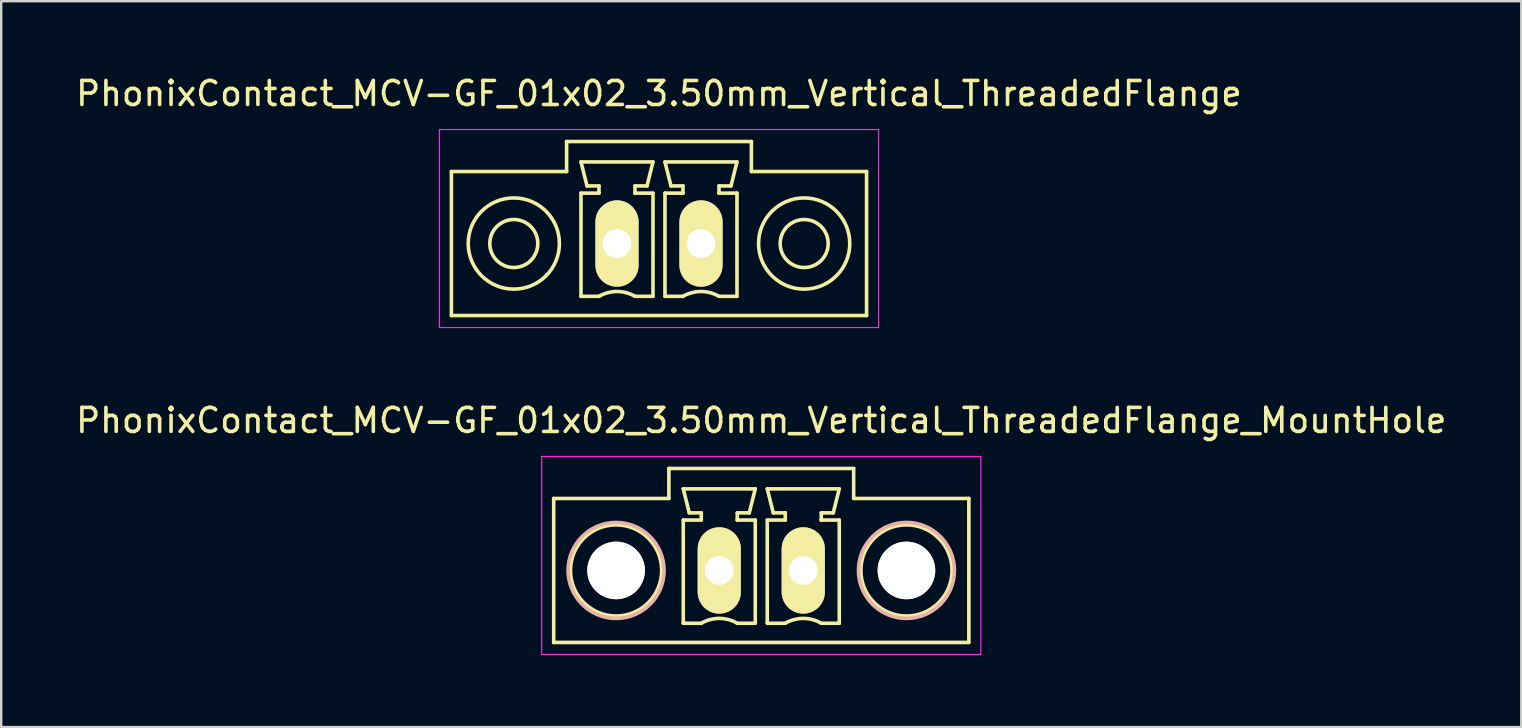
<source format=kicad_pcb>
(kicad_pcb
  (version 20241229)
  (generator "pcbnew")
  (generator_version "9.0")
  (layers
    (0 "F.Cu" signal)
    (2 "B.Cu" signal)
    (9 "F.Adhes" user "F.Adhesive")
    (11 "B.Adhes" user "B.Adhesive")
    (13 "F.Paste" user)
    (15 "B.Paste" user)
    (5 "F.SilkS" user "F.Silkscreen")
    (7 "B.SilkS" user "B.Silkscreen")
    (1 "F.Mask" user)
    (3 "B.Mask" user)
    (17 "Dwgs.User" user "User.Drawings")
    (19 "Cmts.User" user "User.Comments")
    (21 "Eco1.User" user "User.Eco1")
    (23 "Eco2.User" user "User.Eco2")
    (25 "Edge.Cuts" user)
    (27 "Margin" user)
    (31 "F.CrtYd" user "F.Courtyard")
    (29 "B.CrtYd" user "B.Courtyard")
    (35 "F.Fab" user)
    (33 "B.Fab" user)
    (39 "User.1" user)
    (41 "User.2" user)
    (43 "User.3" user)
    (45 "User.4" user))
  (footprint "PhonixContact_MCV-GF_01x02_3.50mm_Vertical_ThreadedFlange"
    (layer "F.Cu")
    (at 22.661 7.098)
    (property "Reference" "PhonixContact_MCV-GF_01x02_3.50mm_Vertical_ThreadedFlange" (at 1.75 -6.25 0) (layer "F.SilkS") (effects (font (size 1 1) (thickness 0.15))))
    (attr through_hole)
    (fp_line (start -6.9 -3) (end -6.9 3) (stroke (width 0.15) (type solid)) (layer "F.SilkS"))
    (fp_line (start -6.9 3) (end 10.4 3) (stroke (width 0.15) (type solid)) (layer "F.SilkS"))
    (fp_line (start -2.1 -4.25) (end -2.1 -3) (stroke (width 0.15) (type solid)) (layer "F.SilkS"))
    (fp_line (start -2.1 -3) (end -6.9 -3) (stroke (width 0.15) (type solid)) (layer "F.SilkS"))
    (fp_line (start -1.5 -3.4) (end 1.5 -3.4) (stroke (width 0.15) (type solid)) (layer "F.SilkS"))
    (fp_line (start -1.5 -2.1) (end -0.75 -2.1) (stroke (width 0.15) (type solid)) (layer "F.SilkS"))
    (fp_line (start -1.5 2.2) (end -1.5 -2.1) (stroke (width 0.15) (type solid)) (layer "F.SilkS"))
    (fp_line (start -1.25 -2.4) (end -1.5 -3.4) (stroke (width 0.15) (type solid)) (layer "F.SilkS"))
    (fp_line (start -0.75 -2.4) (end -1.25 -2.4) (stroke (width 0.15) (type solid)) (layer "F.SilkS"))
    (fp_line (start -0.75 -2.1) (end -0.75 -2.4) (stroke (width 0.15) (type solid)) (layer "F.SilkS"))
    (fp_line (start -0.75 2.2) (end -1.5 2.2) (stroke (width 0.15) (type solid)) (layer "F.SilkS"))
    (fp_line (start 0.75 -2.4) (end 0.75 -2.1) (stroke (width 0.15) (type solid)) (layer "F.SilkS"))
    (fp_line (start 0.75 -2.1) (end 0.75 -2.1) (stroke (width 0.15) (type solid)) (layer "F.SilkS"))
    (fp_line (start 0.75 -2.1) (end 1.5 -2.1) (stroke (width 0.15) (type solid)) (layer "F.SilkS"))
    (fp_line (start 1.25 -2.4) (end 0.75 -2.4) (stroke (width 0.15) (type solid)) (layer "F.SilkS"))
    (fp_line (start 1.5 -3.4) (end 1.25 -2.4) (stroke (width 0.15) (type solid)) (layer "F.SilkS"))
    (fp_line (start 1.5 -2.1) (end 1.5 2.2) (stroke (width 0.15) (type solid)) (layer "F.SilkS"))
    (fp_line (start 1.5 2.2) (end 0.75 2.2) (stroke (width 0.15) (type solid)) (layer "F.SilkS"))
    (fp_line (start 2 -3.4) (end 5 -3.4) (stroke (width 0.15) (type solid)) (layer "F.SilkS"))
    (fp_line (start 2 -2.1) (end 2.75 -2.1) (stroke (width 0.15) (type solid)) (layer "F.SilkS"))
    (fp_line (start 2 2.2) (end 2 -2.1) (stroke (width 0.15) (type solid)) (layer "F.SilkS"))
    (fp_line (start 2.25 -2.4) (end 2 -3.4) (stroke (width 0.15) (type solid)) (layer "F.SilkS"))
    (fp_line (start 2.75 -2.4) (end 2.25 -2.4) (stroke (width 0.15) (type solid)) (layer "F.SilkS"))
    (fp_line (start 2.75 -2.1) (end 2.75 -2.4) (stroke (width 0.15) (type solid)) (layer "F.SilkS"))
    (fp_line (start 2.75 2.2) (end 2 2.2) (stroke (width 0.15) (type solid)) (layer "F.SilkS"))
    (fp_line (start 4.25 -2.4) (end 4.25 -2.1) (stroke (width 0.15) (type solid)) (layer "F.SilkS"))
    (fp_line (start 4.25 -2.1) (end 4.25 -2.1) (stroke (width 0.15) (type solid)) (layer "F.SilkS"))
    (fp_line (start 4.25 -2.1) (end 5 -2.1) (stroke (width 0.15) (type solid)) (layer "F.SilkS"))
    (fp_line (start 4.75 -2.4) (end 4.25 -2.4) (stroke (width 0.15) (type solid)) (layer "F.SilkS"))
    (fp_line (start 5 -3.4) (end 4.75 -2.4) (stroke (width 0.15) (type solid)) (layer "F.SilkS"))
    (fp_line (start 5 -2.1) (end 5 2.2) (stroke (width 0.15) (type solid)) (layer "F.SilkS"))
    (fp_line (start 5 2.2) (end 4.25 2.2) (stroke (width 0.15) (type solid)) (layer "F.SilkS"))
    (fp_line (start 5.6 -4.25) (end -2.1 -4.25) (stroke (width 0.15) (type solid)) (layer "F.SilkS"))
    (fp_line (start 5.6 -3) (end 5.6 -4.25) (stroke (width 0.15) (type solid)) (layer "F.SilkS"))
    (fp_line (start 10.4 -3) (end 5.6 -3) (stroke (width 0.15) (type solid)) (layer "F.SilkS"))
    (fp_line (start 10.4 3) (end 10.4 -3) (stroke (width 0.15) (type solid)) (layer "F.SilkS"))
    (fp_arc (start -0.75 2.2) (mid -0.006068 1.999179) (end 0.739464 2.193978) (stroke (width 0.15) (type solid)) (layer "F.SilkS"))
    (fp_arc (start 2.75 2.2) (mid 3.493932 1.999179) (end 4.239464 2.193978) (stroke (width 0.15) (type solid)) (layer "F.SilkS"))
    (fp_circle (center -4.3 0) (end -3.3 0) (stroke (width 0.15) (type solid)) (fill no) (layer "F.SilkS"))
    (fp_circle (center -4.3 0) (end -2.4 0) (stroke (width 0.15) (type solid)) (fill no) (layer "F.SilkS"))
    (fp_circle (center 7.8 0) (end 8.8 0) (stroke (width 0.15) (type solid)) (fill no) (layer "F.SilkS"))
    (fp_circle (center 7.8 0) (end 9.7 0) (stroke (width 0.15) (type solid)) (fill no) (layer "F.SilkS"))
    (fp_line (start -7.4 -4.75) (end -7.4 3.5) (stroke (width 0.05) (type solid)) (layer "F.CrtYd"))
    (fp_line (start -7.4 3.5) (end 10.9 3.5) (stroke (width 0.05) (type solid)) (layer "F.CrtYd"))
    (fp_line (start 10.9 -4.75) (end -7.4 -4.75) (stroke (width 0.05) (type solid)) (layer "F.CrtYd"))
    (fp_line (start 10.9 3.5) (end 10.9 -4.75) (stroke (width 0.05) (type solid)) (layer "F.CrtYd"))
    (pad "1" thru_hole oval (at 0 0) (size 1.8 3.6) (drill 1.2) (layers "*.Cu" "*.Mask" "F.SilkS"))
    (pad "2" thru_hole oval (at 3.5 0) (size 1.8 3.6) (drill 1.2) (layers "*.Cu" "*.Mask" "F.SilkS")))
  (footprint "PhonixContact_MCV-GF_01x02_3.50mm_Vertical_ThreadedFlange_MountHole"
    (layer "F.Cu")
    (at 26.923 20.721)
    (property "Reference" "PhonixContact_MCV-GF_01x02_3.50mm_Vertical_ThreadedFlange_MountHole" (at 1.75 -6.25 0) (layer "F.SilkS") (effects (font (size 1 1) (thickness 0.15))))
    (attr through_hole)
    (fp_line (start -6.9 -3) (end -6.9 3) (stroke (width 0.15) (type solid)) (layer "F.SilkS"))
    (fp_line (start -6.9 3) (end 10.4 3) (stroke (width 0.15) (type solid)) (layer "F.SilkS"))
    (fp_line (start -2.1 -4.25) (end -2.1 -3) (stroke (width 0.15) (type solid)) (layer "F.SilkS"))
    (fp_line (start -2.1 -3) (end -6.9 -3) (stroke (width 0.15) (type solid)) (layer "F.SilkS"))
    (fp_line (start -1.5 -3.4) (end 1.5 -3.4) (stroke (width 0.15) (type solid)) (layer "F.SilkS"))
    (fp_line (start -1.5 -2.1) (end -0.75 -2.1) (stroke (width 0.15) (type solid)) (layer "F.SilkS"))
    (fp_line (start -1.5 2.2) (end -1.5 -2.1) (stroke (width 0.15) (type solid)) (layer "F.SilkS"))
    (fp_line (start -1.25 -2.4) (end -1.5 -3.4) (stroke (width 0.15) (type solid)) (layer "F.SilkS"))
    (fp_line (start -0.75 -2.4) (end -1.25 -2.4) (stroke (width 0.15) (type solid)) (layer "F.SilkS"))
    (fp_line (start -0.75 -2.1) (end -0.75 -2.4) (stroke (width 0.15) (type solid)) (layer "F.SilkS"))
    (fp_line (start -0.75 2.2) (end -1.5 2.2) (stroke (width 0.15) (type solid)) (layer "F.SilkS"))
    (fp_line (start 0.75 -2.4) (end 0.75 -2.1) (stroke (width 0.15) (type solid)) (layer "F.SilkS"))
    (fp_line (start 0.75 -2.1) (end 0.75 -2.1) (stroke (width 0.15) (type solid)) (layer "F.SilkS"))
    (fp_line (start 0.75 -2.1) (end 1.5 -2.1) (stroke (width 0.15) (type solid)) (layer "F.SilkS"))
    (fp_line (start 1.25 -2.4) (end 0.75 -2.4) (stroke (width 0.15) (type solid)) (layer "F.SilkS"))
    (fp_line (start 1.5 -3.4) (end 1.25 -2.4) (stroke (width 0.15) (type solid)) (layer "F.SilkS"))
    (fp_line (start 1.5 -2.1) (end 1.5 2.2) (stroke (width 0.15) (type solid)) (layer "F.SilkS"))
    (fp_line (start 1.5 2.2) (end 0.75 2.2) (stroke (width 0.15) (type solid)) (layer "F.SilkS"))
    (fp_line (start 2 -3.4) (end 5 -3.4) (stroke (width 0.15) (type solid)) (layer "F.SilkS"))
    (fp_line (start 2 -2.1) (end 2.75 -2.1) (stroke (width 0.15) (type solid)) (layer "F.SilkS"))
    (fp_line (start 2 2.2) (end 2 -2.1) (stroke (width 0.15) (type solid)) (layer "F.SilkS"))
    (fp_line (start 2.25 -2.4) (end 2 -3.4) (stroke (width 0.15) (type solid)) (layer "F.SilkS"))
    (fp_line (start 2.75 -2.4) (end 2.25 -2.4) (stroke (width 0.15) (type solid)) (layer "F.SilkS"))
    (fp_line (start 2.75 -2.1) (end 2.75 -2.4) (stroke (width 0.15) (type solid)) (layer "F.SilkS"))
    (fp_line (start 2.75 2.2) (end 2 2.2) (stroke (width 0.15) (type solid)) (layer "F.SilkS"))
    (fp_line (start 4.25 -2.4) (end 4.25 -2.1) (stroke (width 0.15) (type solid)) (layer "F.SilkS"))
    (fp_line (start 4.25 -2.1) (end 4.25 -2.1) (stroke (width 0.15) (type solid)) (layer "F.SilkS"))
    (fp_line (start 4.25 -2.1) (end 5 -2.1) (stroke (width 0.15) (type solid)) (layer "F.SilkS"))
    (fp_line (start 4.75 -2.4) (end 4.25 -2.4) (stroke (width 0.15) (type solid)) (layer "F.SilkS"))
    (fp_line (start 5 -3.4) (end 4.75 -2.4) (stroke (width 0.15) (type solid)) (layer "F.SilkS"))
    (fp_line (start 5 -2.1) (end 5 2.2) (stroke (width 0.15) (type solid)) (layer "F.SilkS"))
    (fp_line (start 5 2.2) (end 4.25 2.2) (stroke (width 0.15) (type solid)) (layer "F.SilkS"))
    (fp_line (start 5.6 -4.25) (end -2.1 -4.25) (stroke (width 0.15) (type solid)) (layer "F.SilkS"))
    (fp_line (start 5.6 -3) (end 5.6 -4.25) (stroke (width 0.15) (type solid)) (layer "F.SilkS"))
    (fp_line (start 10.4 -3) (end 5.6 -3) (stroke (width 0.15) (type solid)) (layer "F.SilkS"))
    (fp_line (start 10.4 3) (end 10.4 -3) (stroke (width 0.15) (type solid)) (layer "F.SilkS"))
    (fp_arc (start -0.75 2.2) (mid -0.006068 1.999179) (end 0.739464 2.193978) (stroke (width 0.15) (type solid)) (layer "F.SilkS"))
    (fp_arc (start 2.75 2.2) (mid 3.493932 1.999179) (end 4.239464 2.193978) (stroke (width 0.15) (type solid)) (layer "F.SilkS"))
    (fp_circle (center -4.3 0) (end -2.4 0) (stroke (width 0.15) (type solid)) (fill no) (layer "F.SilkS"))
    (fp_circle (center 7.8 0) (end 9.7 0) (stroke (width 0.15) (type solid)) (fill no) (layer "F.SilkS"))
    (fp_circle (center -4.3 0) (end -2.3 0) (stroke (width 0.15) (type solid)) (fill no) (layer "B.SilkS"))
    (fp_circle (center 7.8 0) (end 9.8 0) (stroke (width 0.15) (type solid)) (fill no) (layer "B.SilkS"))
    (fp_line (start -7.4 -4.75) (end -7.4 3.5) (stroke (width 0.05) (type solid)) (layer "F.CrtYd"))
    (fp_line (start -7.4 3.5) (end 10.9 3.5) (stroke (width 0.05) (type solid)) (layer "F.CrtYd"))
    (fp_line (start 10.9 -4.75) (end -7.4 -4.75) (stroke (width 0.05) (type solid)) (layer "F.CrtYd"))
    (fp_line (start 10.9 3.5) (end 10.9 -4.75) (stroke (width 0.05) (type solid)) (layer "F.CrtYd"))
    (pad "" np_thru_hole circle (at -4.3 0) (size 2.4 2.4) (drill 2.4) (layers "*.Cu" "*.Mask" "F.SilkS"))
    (pad "" np_thru_hole circle (at 7.8 0) (size 2.4 2.4) (drill 2.4) (layers "*.Cu" "*.Mask" "F.SilkS"))
    (pad "1" thru_hole oval (at 0 0) (size 1.8 3.6) (drill 1.2) (layers "*.Cu" "*.Mask" "F.SilkS"))
    (pad "2" thru_hole oval (at 3.5 0) (size 1.8 3.6) (drill 1.2) (layers "*.Cu" "*.Mask" "F.SilkS")))
  (gr_rect
    (start -3 -3)
    (end 60.345 27.247)
    (stroke (width 0.1) (type default))
    (fill no)
    (layer "Edge.Cuts")))
</source>
